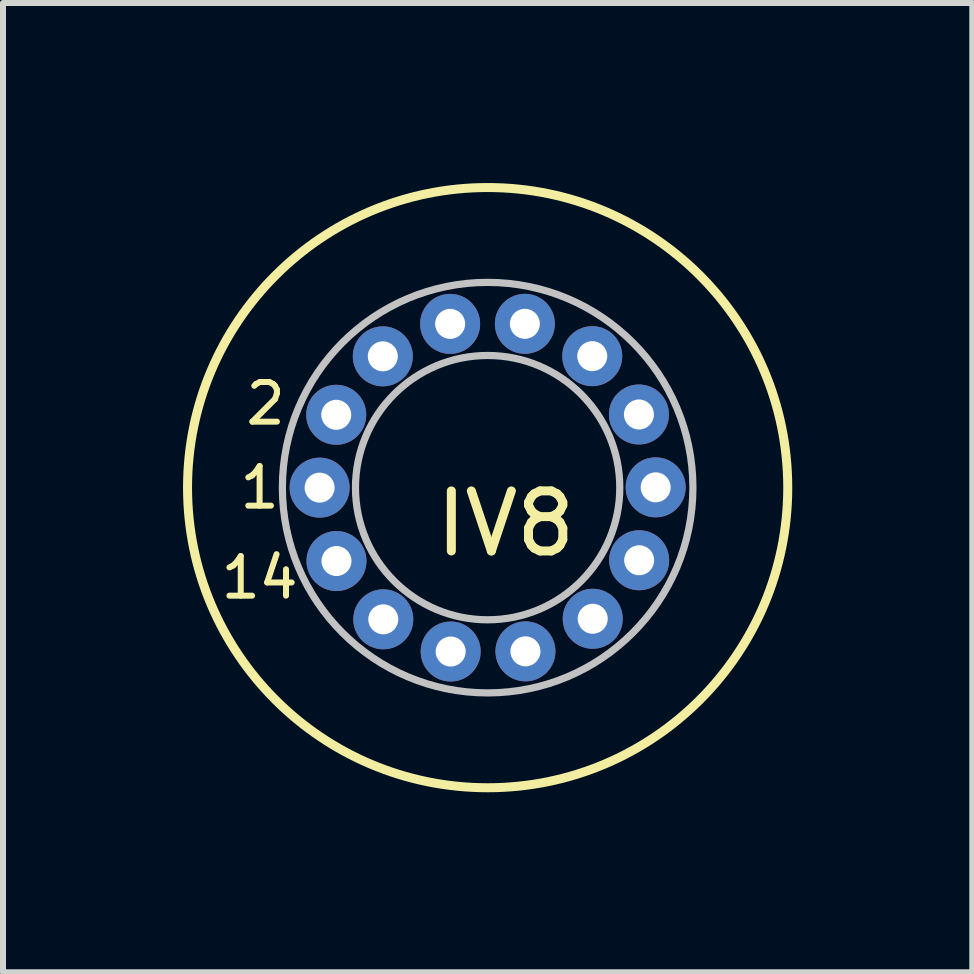
<source format=kicad_pcb>
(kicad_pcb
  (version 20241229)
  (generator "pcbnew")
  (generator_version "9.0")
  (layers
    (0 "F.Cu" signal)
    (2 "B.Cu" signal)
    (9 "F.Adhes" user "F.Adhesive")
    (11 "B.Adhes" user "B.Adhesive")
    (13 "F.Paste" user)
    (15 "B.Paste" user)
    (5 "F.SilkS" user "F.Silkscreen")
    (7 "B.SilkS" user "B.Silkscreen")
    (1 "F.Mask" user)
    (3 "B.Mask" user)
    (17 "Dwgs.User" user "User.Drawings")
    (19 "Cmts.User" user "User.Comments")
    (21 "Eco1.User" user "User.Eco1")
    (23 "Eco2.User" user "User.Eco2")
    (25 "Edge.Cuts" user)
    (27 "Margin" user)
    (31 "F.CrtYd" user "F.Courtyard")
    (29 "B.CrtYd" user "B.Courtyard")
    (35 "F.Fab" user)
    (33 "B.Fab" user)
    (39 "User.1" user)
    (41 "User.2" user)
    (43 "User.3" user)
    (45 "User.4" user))
  (footprint "IV8"
    (layer "F.Cu")
    (at 5.076 5.076)
    (property "Reference" "IV8" (at 0.3 0.6 0) (layer "F.SilkS") (effects (font (size 1 1) (thickness 0.15))))
    (attr through_hole)
    (fp_circle (center 0 0) (end 5 -0.1) (stroke (width 0.15) (type solid)) (fill no) (layer "F.SilkS"))
    (fp_circle (center 0 0) (end 1.7 -1.4) (stroke (width 0.12) (type solid)) (fill no) (layer "Dwgs.User"))
    (fp_circle (center 0 0) (end 2.7 -2.1) (stroke (width 0.12) (type solid)) (fill no) (layer "Dwgs.User"))
    (fp_text user "1" (at -3.8 0 0) (layer "F.SilkS") (effects (font (size 0.66 0.66) (thickness 0.1))))
    (fp_text user "14" (at -3.8 1.5 0) (layer "F.SilkS") (effects (font (size 0.66 0.66) (thickness 0.1))))
    (fp_text user "2" (at -3.7 -1.4 0) (layer "F.SilkS") (effects (font (size 0.66 0.66) (thickness 0.1))))
    (pad "1" thru_hole circle (at -2.8 0) (size 1 1) (drill 0.5) (layers "*.Cu" "*.Mask"))
    (pad "2" thru_hole circle (at -2.523 -1.214 334.3) (size 1 1) (drill 0.5) (layers "*.Cu" "*.Mask"))
    (pad "3" thru_hole circle (at -1.747 -2.188 308.6) (size 1 1) (drill 0.5) (layers "*.Cu" "*.Mask"))
    (pad "4" thru_hole circle (at -0.625 -2.729 282.9) (size 1 1) (drill 0.5) (layers "*.Cu" "*.Mask"))
    (pad "5" thru_hole circle (at 0.62 -2.73 257.2) (size 1 1) (drill 0.5) (layers "*.Cu" "*.Mask"))
    (pad "6" thru_hole circle (at 1.743 -2.191 231.5) (size 1 1) (drill 0.5) (layers "*.Cu" "*.Mask"))
    (pad "7" thru_hole circle (at 2.521 -1.219 205.8) (size 1 1) (drill 0.5) (layers "*.Cu" "*.Mask"))
    (pad "8" thru_hole circle (at 2.8 -0.005 180.1) (size 1 1) (drill 0.5) (layers "*.Cu" "*.Mask"))
    (pad "9" thru_hole circle (at 2.525 1.21 154.4) (size 1 1) (drill 0.5) (layers "*.Cu" "*.Mask"))
    (pad "10" thru_hole circle (at 1.751 2.185 128.7) (size 1 1) (drill 0.5) (layers "*.Cu" "*.Mask"))
    (pad "11" thru_hole circle (at 0.63 2.728 103) (size 1 1) (drill 0.5) (layers "*.Cu" "*.Mask"))
    (pad "12" thru_hole circle (at -0.616 2.731 77.3) (size 1 1) (drill 0.5) (layers "*.Cu" "*.Mask"))
    (pad "13" thru_hole circle (at -1.739 2.194 51.6) (size 1 1) (drill 0.5) (layers "*.Cu" "*.Mask"))
    (pad "14" thru_hole circle (at -2.519 1.223 25.9) (size 1 1) (drill 0.5) (layers "*.Cu" "*.Mask")))
  (gr_rect
    (start -3 -3)
    (end 13.152 13.152)
    (stroke (width 0.1) (type default))
    (fill no)
    (layer "Edge.Cuts")))
</source>
